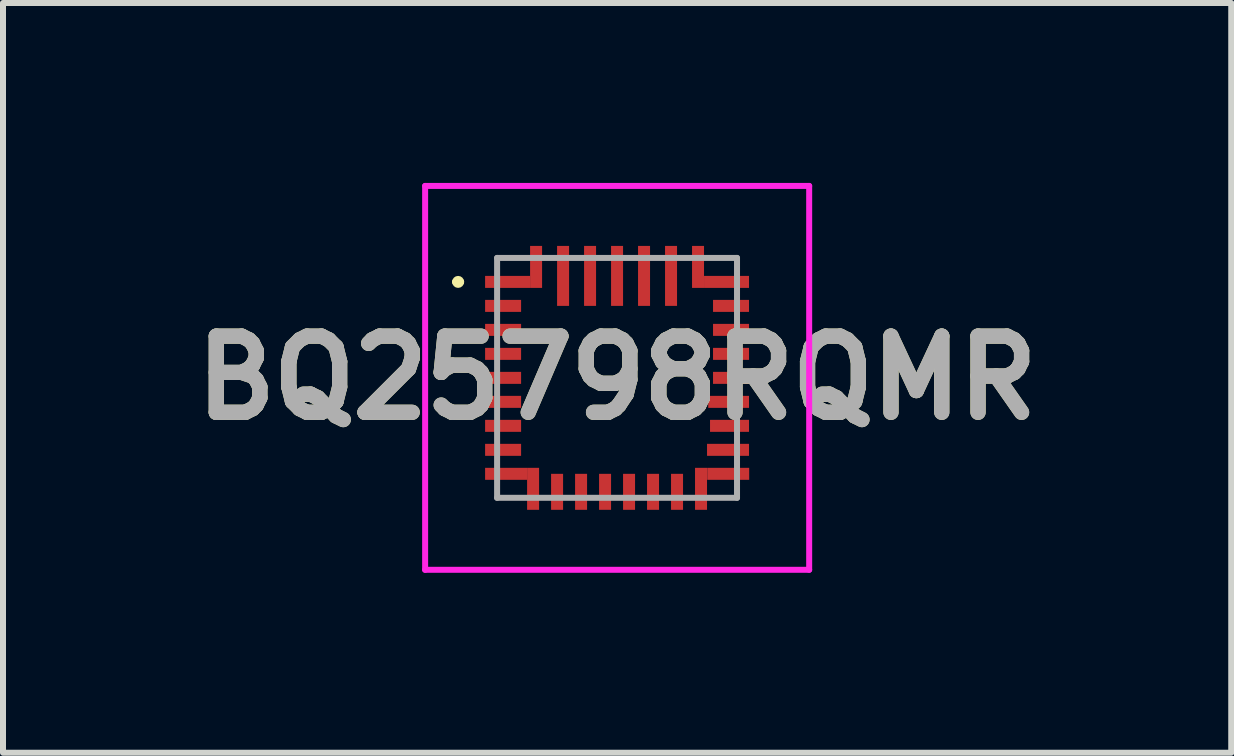
<source format=kicad_pcb>
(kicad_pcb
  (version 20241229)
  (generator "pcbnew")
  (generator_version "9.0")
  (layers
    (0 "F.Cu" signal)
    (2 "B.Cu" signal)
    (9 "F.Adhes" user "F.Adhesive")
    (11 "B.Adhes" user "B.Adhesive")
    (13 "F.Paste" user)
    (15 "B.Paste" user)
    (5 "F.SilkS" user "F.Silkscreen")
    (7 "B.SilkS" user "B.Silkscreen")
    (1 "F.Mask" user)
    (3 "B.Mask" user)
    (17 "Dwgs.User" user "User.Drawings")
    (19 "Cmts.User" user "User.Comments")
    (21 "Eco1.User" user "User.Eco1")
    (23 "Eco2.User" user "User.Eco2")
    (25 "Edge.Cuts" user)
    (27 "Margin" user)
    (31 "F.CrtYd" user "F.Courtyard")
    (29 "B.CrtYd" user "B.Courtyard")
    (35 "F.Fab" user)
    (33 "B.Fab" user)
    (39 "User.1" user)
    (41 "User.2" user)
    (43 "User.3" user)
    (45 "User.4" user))
  (footprint "BQ25798RQMR"
    (layer "F.Cu")
    (at 7.238 3.25)
    (property "Reference" "BQ25798RQMR" (at 0.001 0 0) (layer "F.SilkS") (effects (font (size 1.27 1.27) (thickness 0.254))))
    (attr smd)
    (fp_line (start -2.7 -1.6) (end -2.7 -1.6) (stroke (width 0.1) (type solid)) (layer "F.SilkS"))
    (fp_line (start -2.6 -1.6) (end -2.6 -1.6) (stroke (width 0.1) (type solid)) (layer "F.SilkS"))
    (fp_arc (start -2.7 -1.6) (mid -2.65 -1.65) (end -2.6 -1.6) (stroke (width 0.1) (type solid)) (layer "F.SilkS"))
    (fp_arc (start -2.6 -1.6) (mid -2.65 -1.55) (end -2.7 -1.6) (stroke (width 0.1) (type solid)) (layer "F.SilkS"))
    (fp_line (start -3.2 -3.2) (end 3.203 -3.2) (stroke (width 0.1) (type solid)) (layer "F.CrtYd"))
    (fp_line (start -3.2 3.2) (end -3.2 -3.2) (stroke (width 0.1) (type solid)) (layer "F.CrtYd"))
    (fp_line (start 3.203 -3.2) (end 3.203 3.2) (stroke (width 0.1) (type solid)) (layer "F.CrtYd"))
    (fp_line (start 3.203 3.2) (end -3.2 3.2) (stroke (width 0.1) (type solid)) (layer "F.CrtYd"))
    (fp_line (start -2 -2) (end -2 2) (stroke (width 0.1) (type solid)) (layer "F.Fab"))
    (fp_line (start -2 2) (end 2 2) (stroke (width 0.1) (type solid)) (layer "F.Fab"))
    (fp_line (start 2 -2) (end -2 -2) (stroke (width 0.1) (type solid)) (layer "F.Fab"))
    (fp_line (start 2 2) (end 2 -2) (stroke (width 0.1) (type solid)) (layer "F.Fab"))
    (fp_text user "${REFERENCE}" (at 0.001 0 0) (layer "F.Fab") (effects (font (size 1.27 1.27) (thickness 0.254))))
    (pad "1" smd rect (at -1.825 -1.6 90) (size 0.2 0.75) (layers "F.Cu" "F.Mask" "F.Paste"))
    (pad "2" smd rect (at -1.9 -1.2 90) (size 0.2 0.6) (layers "F.Cu" "F.Mask" "F.Paste"))
    (pad "3" smd rect (at -1.9 -0.8 90) (size 0.2 0.6) (layers "F.Cu" "F.Mask" "F.Paste"))
    (pad "4" smd rect (at -1.9 -0.4 90) (size 0.2 0.6) (layers "F.Cu" "F.Mask" "F.Paste"))
    (pad "5" smd rect (at -1.9 0 90) (size 0.2 0.6) (layers "F.Cu" "F.Mask" "F.Paste"))
    (pad "6" smd rect (at -1.9 0.4 90) (size 0.2 0.6) (layers "F.Cu" "F.Mask" "F.Paste"))
    (pad "7" smd rect (at -1.9 0.8 90) (size 0.2 0.6) (layers "F.Cu" "F.Mask" "F.Paste"))
    (pad "8" smd rect (at -1.9 1.2 90) (size 0.2 0.6) (layers "F.Cu" "F.Mask" "F.Paste"))
    (pad "9" smd rect (at -1.85 1.6 90) (size 0.2 0.7) (layers "F.Cu" "F.Mask" "F.Paste"))
    (pad "10" smd rect (at -1 1.9) (size 0.2 0.6) (layers "F.Cu" "F.Mask" "F.Paste"))
    (pad "11" smd rect (at -0.6 1.9) (size 0.2 0.6) (layers "F.Cu" "F.Mask" "F.Paste"))
    (pad "12" smd rect (at -0.2 1.9) (size 0.2 0.6) (layers "F.Cu" "F.Mask" "F.Paste"))
    (pad "13" smd rect (at 0.2 1.9) (size 0.2 0.6) (layers "F.Cu" "F.Mask" "F.Paste"))
    (pad "14" smd rect (at 0.6 1.9) (size 0.2 0.6) (layers "F.Cu" "F.Mask" "F.Paste"))
    (pad "15" smd rect (at 1 1.9) (size 0.2 0.6) (layers "F.Cu" "F.Mask" "F.Paste"))
    (pad "16" smd rect (at 1.853 1.6 90) (size 0.2 0.7) (layers "F.Cu" "F.Mask" "F.Paste"))
    (pad "17" smd rect (at 1.85 1.2 90) (size 0.2 0.7) (layers "F.Cu" "F.Mask" "F.Paste"))
    (pad "18" smd rect (at 1.875 0.8 90) (size 0.2 0.65) (layers "F.Cu" "F.Mask" "F.Paste"))
    (pad "19" smd rect (at 1.86 0.4 90) (size 0.2 0.68) (layers "F.Cu" "F.Mask" "F.Paste"))
    (pad "20" smd rect (at 1.9 0 90) (size 0.2 0.6) (layers "F.Cu" "F.Mask" "F.Paste"))
    (pad "21" smd rect (at 1.9 -0.4 90) (size 0.2 0.6) (layers "F.Cu" "F.Mask" "F.Paste"))
    (pad "22" smd rect (at 1.9 -0.8 90) (size 0.2 0.6) (layers "F.Cu" "F.Mask" "F.Paste"))
    (pad "23" smd rect (at 1.9 -1.2 90) (size 0.2 0.6) (layers "F.Cu" "F.Mask" "F.Paste"))
    (pad "24" smd rect (at 1.825 -1.6 90) (size 0.2 0.75) (layers "F.Cu" "F.Mask" "F.Paste"))
    (pad "25" smd rect (at 0.9 -1.7) (size 0.2 1) (layers "F.Cu" "F.Mask" "F.Paste"))
    (pad "26" smd rect (at 0.45 -1.7) (size 0.2 1) (layers "F.Cu" "F.Mask" "F.Paste"))
    (pad "27" smd rect (at 0 -1.7) (size 0.2 1) (layers "F.Cu" "F.Mask" "F.Paste"))
    (pad "28" smd rect (at -0.45 -1.7) (size 0.2 1) (layers "F.Cu" "F.Mask" "F.Paste"))
    (pad "29" smd rect (at -0.9 -1.7) (size 0.2 1) (layers "F.Cu" "F.Mask" "F.Paste"))
    (pad "30" smd rect (at -1.35 -1.85) (size 0.2 0.7) (layers "F.Cu" "F.Mask" "F.Paste"))
    (pad "31" smd rect (at -1.4 1.85) (size 0.2 0.7) (layers "F.Cu" "F.Mask" "F.Paste"))
    (pad "32" smd rect (at 1.4 1.85) (size 0.2 0.7) (layers "F.Cu" "F.Mask" "F.Paste"))
    (pad "33" smd rect (at 1.35 -1.85) (size 0.2 0.7) (layers "F.Cu" "F.Mask" "F.Paste")))
  (gr_rect
    (start -3 -3)
    (end 17.478 9.5)
    (stroke (width 0.1) (type default))
    (fill no)
    (layer "Edge.Cuts")))
</source>
